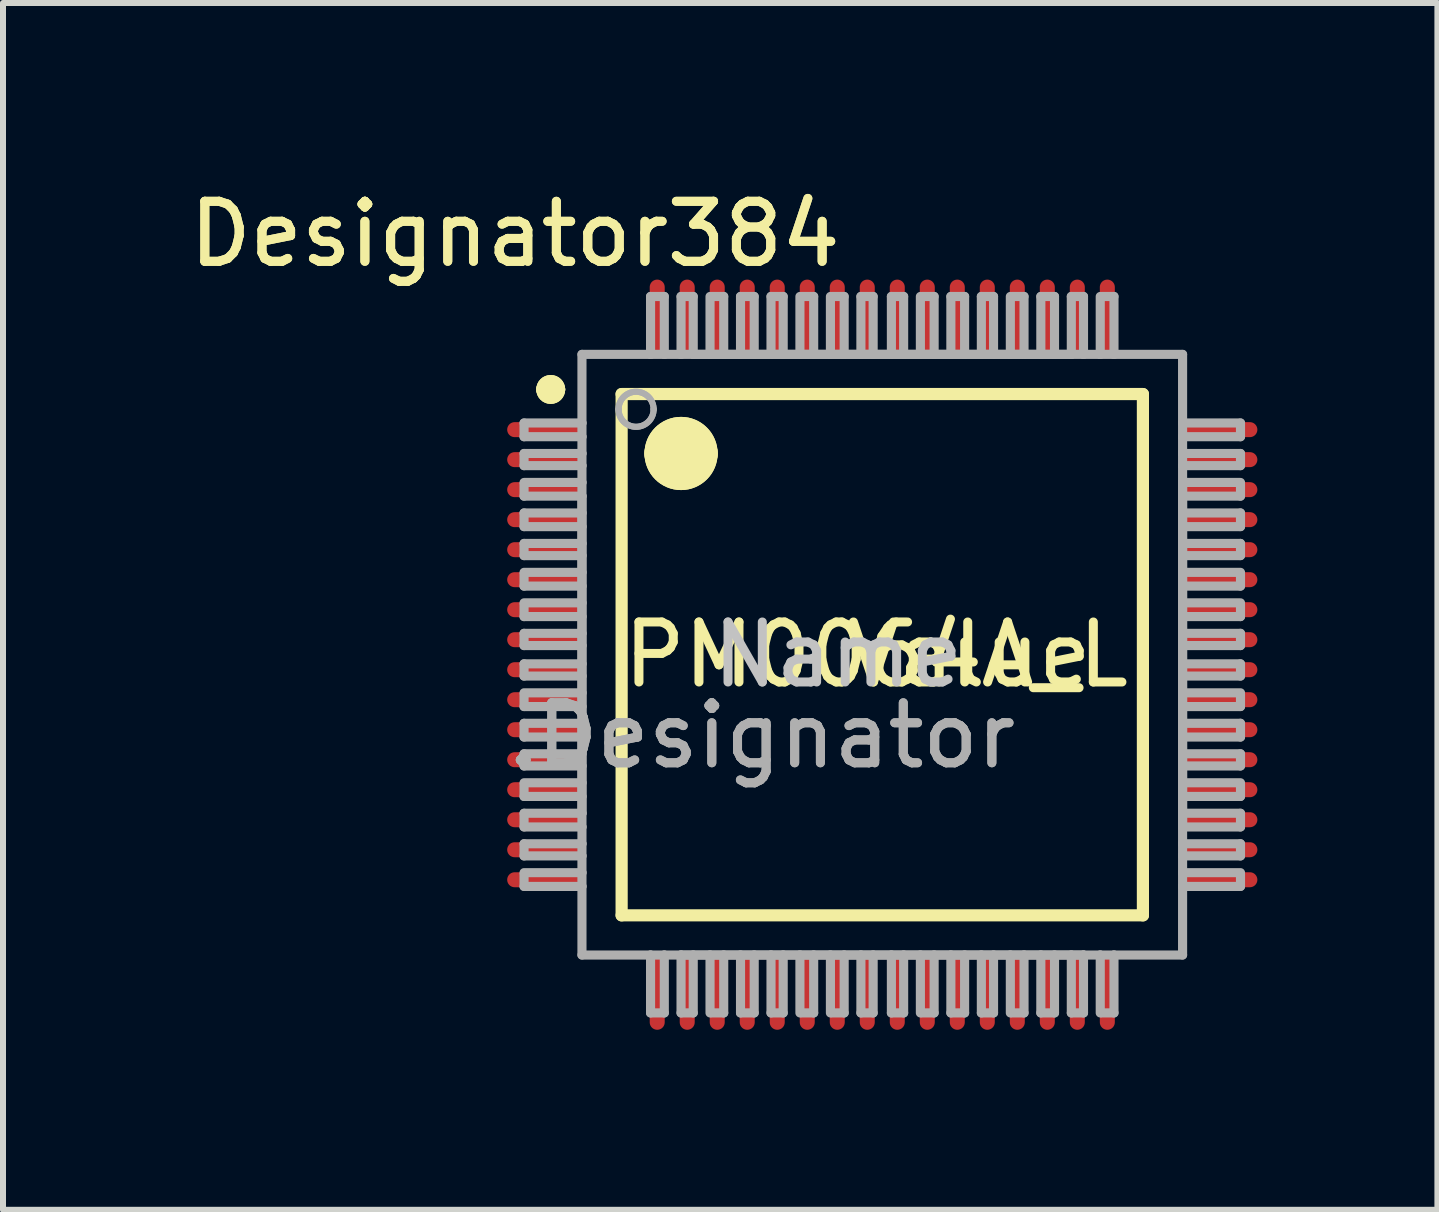
<source format=kicad_pcb>
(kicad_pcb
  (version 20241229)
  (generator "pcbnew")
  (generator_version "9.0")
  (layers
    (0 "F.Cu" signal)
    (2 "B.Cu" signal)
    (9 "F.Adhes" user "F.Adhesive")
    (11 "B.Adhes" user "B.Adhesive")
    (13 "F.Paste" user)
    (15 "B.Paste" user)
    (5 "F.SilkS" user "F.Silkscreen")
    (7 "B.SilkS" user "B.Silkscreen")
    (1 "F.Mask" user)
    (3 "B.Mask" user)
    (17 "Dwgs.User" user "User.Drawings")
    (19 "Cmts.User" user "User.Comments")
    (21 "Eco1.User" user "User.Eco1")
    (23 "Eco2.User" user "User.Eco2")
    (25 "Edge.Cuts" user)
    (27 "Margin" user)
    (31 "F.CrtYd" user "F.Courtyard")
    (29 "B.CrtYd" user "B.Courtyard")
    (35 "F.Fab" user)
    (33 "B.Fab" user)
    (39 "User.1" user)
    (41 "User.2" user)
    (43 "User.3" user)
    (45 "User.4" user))
  (footprint "PM0064A_L"
    (layer "F.Cu")
    (at 11.651 7.859)
    (property "Reference" "PM0064A_L" (at -0.102 0 0) (layer "F.SilkS") (effects (font (size 1 1) (thickness 0.15))))
    (attr smd)
    (fp_line (start -4.343 -4.343) (end 4.343 -4.343) (stroke (width 0.203) (type solid)) (layer "F.SilkS"))
    (fp_line (start -4.343 4.343) (end -4.343 -4.343) (stroke (width 0.203) (type solid)) (layer "F.SilkS"))
    (fp_line (start -4.343 4.343) (end 4.343 4.343) (stroke (width 0.203) (type solid)) (layer "F.SilkS"))
    (fp_line (start 4.343 4.343) (end 4.343 -4.343) (stroke (width 0.203) (type solid)) (layer "F.SilkS"))
    (fp_arc (start -5.6388 -4.4196) (mid -5.5245 -4.5339) (end -5.4102 -4.4196) (stroke (width 0.254) (type solid)) (layer "F.SilkS"))
    (fp_arc (start -5.6388 -4.4196) (mid -5.5245 -4.5339) (end -5.4102 -4.4196) (stroke (width 0.254) (type solid)) (layer "F.SilkS"))
    (fp_arc (start -5.4102 -4.4196) (mid -5.5245 -4.3053) (end -5.6388 -4.4196) (stroke (width 0.254) (type solid)) (layer "F.SilkS"))
    (fp_arc (start -5.4102 -4.4196) (mid -5.5245 -4.3053) (end -5.6388 -4.4196) (stroke (width 0.254) (type solid)) (layer "F.SilkS"))
    (fp_arc (start -3.6576 -3.3528) (mid -3.3528 -3.6576) (end -3.048 -3.3528) (stroke (width 0.6096) (type solid)) (layer "F.SilkS"))
    (fp_arc (start -3.6576 -3.3528) (mid -3.3528 -3.6576) (end -3.048 -3.3528) (stroke (width 0.6096) (type solid)) (layer "F.SilkS"))
    (fp_arc (start -3.048 -3.3528) (mid -3.3528 -3.048) (end -3.6576 -3.3528) (stroke (width 0.6096) (type solid)) (layer "F.SilkS"))
    (fp_arc (start -3.048 -3.3528) (mid -3.3528 -3.048) (end -3.6576 -3.3528) (stroke (width 0.6096) (type solid)) (layer "F.SilkS"))
    (fp_line (start -5.969 -3.861) (end -5.004 -3.861) (stroke (width 0.152) (type solid)) (layer "F.Fab"))
    (fp_line (start -5.969 -3.632) (end -5.969 -3.861) (stroke (width 0.152) (type solid)) (layer "F.Fab"))
    (fp_line (start -5.969 -3.632) (end -5.004 -3.632) (stroke (width 0.152) (type solid)) (layer "F.Fab"))
    (fp_line (start -5.969 -3.353) (end -5.004 -3.353) (stroke (width 0.152) (type solid)) (layer "F.Fab"))
    (fp_line (start -5.969 -3.15) (end -5.969 -3.353) (stroke (width 0.152) (type solid)) (layer "F.Fab"))
    (fp_line (start -5.969 -3.15) (end -5.004 -3.15) (stroke (width 0.152) (type solid)) (layer "F.Fab"))
    (fp_line (start -5.969 -2.87) (end -5.004 -2.87) (stroke (width 0.152) (type solid)) (layer "F.Fab"))
    (fp_line (start -5.969 -2.642) (end -5.969 -2.845) (stroke (width 0.152) (type solid)) (layer "F.Fab"))
    (fp_line (start -5.969 -2.642) (end -5.004 -2.642) (stroke (width 0.152) (type solid)) (layer "F.Fab"))
    (fp_line (start -5.969 -2.362) (end -5.004 -2.362) (stroke (width 0.152) (type solid)) (layer "F.Fab"))
    (fp_line (start -5.969 -2.134) (end -5.969 -2.362) (stroke (width 0.152) (type solid)) (layer "F.Fab"))
    (fp_line (start -5.969 -2.134) (end -5.004 -2.134) (stroke (width 0.152) (type solid)) (layer "F.Fab"))
    (fp_line (start -5.969 -1.854) (end -5.004 -1.854) (stroke (width 0.152) (type solid)) (layer "F.Fab"))
    (fp_line (start -5.969 -1.651) (end -5.969 -1.854) (stroke (width 0.152) (type solid)) (layer "F.Fab"))
    (fp_line (start -5.969 -1.651) (end -5.004 -1.651) (stroke (width 0.152) (type solid)) (layer "F.Fab"))
    (fp_line (start -5.969 -1.372) (end -5.004 -1.372) (stroke (width 0.152) (type solid)) (layer "F.Fab"))
    (fp_line (start -5.969 -1.143) (end -5.969 -1.346) (stroke (width 0.152) (type solid)) (layer "F.Fab"))
    (fp_line (start -5.969 -1.143) (end -5.004 -1.143) (stroke (width 0.152) (type solid)) (layer "F.Fab"))
    (fp_line (start -5.969 -0.864) (end -5.004 -0.864) (stroke (width 0.152) (type solid)) (layer "F.Fab"))
    (fp_line (start -5.969 -0.635) (end -5.969 -0.838) (stroke (width 0.152) (type solid)) (layer "F.Fab"))
    (fp_line (start -5.969 -0.635) (end -5.004 -0.635) (stroke (width 0.152) (type solid)) (layer "F.Fab"))
    (fp_line (start -5.969 -0.356) (end -5.004 -0.356) (stroke (width 0.152) (type solid)) (layer "F.Fab"))
    (fp_line (start -5.969 -0.152) (end -5.969 -0.356) (stroke (width 0.152) (type solid)) (layer "F.Fab"))
    (fp_line (start -5.969 -0.152) (end -5.004 -0.152) (stroke (width 0.152) (type solid)) (layer "F.Fab"))
    (fp_line (start -5.969 0.152) (end -5.004 0.152) (stroke (width 0.152) (type solid)) (layer "F.Fab"))
    (fp_line (start -5.969 0.356) (end -5.969 0.152) (stroke (width 0.152) (type solid)) (layer "F.Fab"))
    (fp_line (start -5.969 0.356) (end -5.004 0.356) (stroke (width 0.152) (type solid)) (layer "F.Fab"))
    (fp_line (start -5.969 0.635) (end -5.004 0.635) (stroke (width 0.152) (type solid)) (layer "F.Fab"))
    (fp_line (start -5.969 0.864) (end -5.969 0.66) (stroke (width 0.152) (type solid)) (layer "F.Fab"))
    (fp_line (start -5.969 0.864) (end -5.004 0.864) (stroke (width 0.152) (type solid)) (layer "F.Fab"))
    (fp_line (start -5.969 1.143) (end -5.004 1.143) (stroke (width 0.152) (type solid)) (layer "F.Fab"))
    (fp_line (start -5.969 1.372) (end -5.969 1.143) (stroke (width 0.152) (type solid)) (layer "F.Fab"))
    (fp_line (start -5.969 1.372) (end -5.004 1.372) (stroke (width 0.152) (type solid)) (layer "F.Fab"))
    (fp_line (start -5.969 1.651) (end -5.004 1.651) (stroke (width 0.152) (type solid)) (layer "F.Fab"))
    (fp_line (start -5.969 1.854) (end -5.969 1.651) (stroke (width 0.152) (type solid)) (layer "F.Fab"))
    (fp_line (start -5.969 1.854) (end -5.004 1.854) (stroke (width 0.152) (type solid)) (layer "F.Fab"))
    (fp_line (start -5.969 2.134) (end -5.004 2.134) (stroke (width 0.152) (type solid)) (layer "F.Fab"))
    (fp_line (start -5.969 2.362) (end -5.969 2.159) (stroke (width 0.152) (type solid)) (layer "F.Fab"))
    (fp_line (start -5.969 2.362) (end -5.004 2.362) (stroke (width 0.152) (type solid)) (layer "F.Fab"))
    (fp_line (start -5.969 2.642) (end -5.004 2.642) (stroke (width 0.152) (type solid)) (layer "F.Fab"))
    (fp_line (start -5.969 2.87) (end -5.969 2.642) (stroke (width 0.152) (type solid)) (layer "F.Fab"))
    (fp_line (start -5.969 2.87) (end -5.004 2.87) (stroke (width 0.152) (type solid)) (layer "F.Fab"))
    (fp_line (start -5.969 3.15) (end -5.004 3.15) (stroke (width 0.152) (type solid)) (layer "F.Fab"))
    (fp_line (start -5.969 3.353) (end -5.969 3.15) (stroke (width 0.152) (type solid)) (layer "F.Fab"))
    (fp_line (start -5.969 3.353) (end -5.004 3.353) (stroke (width 0.152) (type solid)) (layer "F.Fab"))
    (fp_line (start -5.969 3.632) (end -5.004 3.632) (stroke (width 0.152) (type solid)) (layer "F.Fab"))
    (fp_line (start -5.969 3.861) (end -5.969 3.658) (stroke (width 0.152) (type solid)) (layer "F.Fab"))
    (fp_line (start -5.969 3.861) (end -5.004 3.861) (stroke (width 0.152) (type solid)) (layer "F.Fab"))
    (fp_line (start -5.004 -5.004) (end -3.861 -5.004) (stroke (width 0.152) (type solid)) (layer "F.Fab"))
    (fp_line (start -5.004 -3.861) (end -5.004 -5.004) (stroke (width 0.152) (type solid)) (layer "F.Fab"))
    (fp_line (start -5.004 -3.632) (end -5.004 -3.861) (stroke (width 0.152) (type solid)) (layer "F.Fab"))
    (fp_line (start -5.004 -3.353) (end -5.004 -3.632) (stroke (width 0.152) (type solid)) (layer "F.Fab"))
    (fp_line (start -5.004 -3.15) (end -5.004 -3.353) (stroke (width 0.152) (type solid)) (layer "F.Fab"))
    (fp_line (start -5.004 -2.87) (end -5.004 -3.15) (stroke (width 0.152) (type solid)) (layer "F.Fab"))
    (fp_line (start -5.004 -2.642) (end -5.004 -2.87) (stroke (width 0.152) (type solid)) (layer "F.Fab"))
    (fp_line (start -5.004 -2.362) (end -5.004 -2.642) (stroke (width 0.152) (type solid)) (layer "F.Fab"))
    (fp_line (start -5.004 -2.134) (end -5.004 -2.362) (stroke (width 0.152) (type solid)) (layer "F.Fab"))
    (fp_line (start -5.004 -1.854) (end -5.004 -2.134) (stroke (width 0.152) (type solid)) (layer "F.Fab"))
    (fp_line (start -5.004 -1.651) (end -5.004 -1.854) (stroke (width 0.152) (type solid)) (layer "F.Fab"))
    (fp_line (start -5.004 -1.372) (end -5.004 -1.651) (stroke (width 0.152) (type solid)) (layer "F.Fab"))
    (fp_line (start -5.004 -1.143) (end -5.004 -1.372) (stroke (width 0.152) (type solid)) (layer "F.Fab"))
    (fp_line (start -5.004 -0.864) (end -5.004 -1.143) (stroke (width 0.152) (type solid)) (layer "F.Fab"))
    (fp_line (start -5.004 -0.635) (end -5.004 -0.864) (stroke (width 0.152) (type solid)) (layer "F.Fab"))
    (fp_line (start -5.004 -0.356) (end -5.004 -0.635) (stroke (width 0.152) (type solid)) (layer "F.Fab"))
    (fp_line (start -5.004 -0.152) (end -5.004 -0.356) (stroke (width 0.152) (type solid)) (layer "F.Fab"))
    (fp_line (start -5.004 0.152) (end -5.004 -0.152) (stroke (width 0.152) (type solid)) (layer "F.Fab"))
    (fp_line (start -5.004 0.356) (end -5.004 0.152) (stroke (width 0.152) (type solid)) (layer "F.Fab"))
    (fp_line (start -5.004 0.635) (end -5.004 0.356) (stroke (width 0.152) (type solid)) (layer "F.Fab"))
    (fp_line (start -5.004 0.864) (end -5.004 0.635) (stroke (width 0.152) (type solid)) (layer "F.Fab"))
    (fp_line (start -5.004 1.143) (end -5.004 0.864) (stroke (width 0.152) (type solid)) (layer "F.Fab"))
    (fp_line (start -5.004 1.372) (end -5.004 1.143) (stroke (width 0.152) (type solid)) (layer "F.Fab"))
    (fp_line (start -5.004 1.651) (end -5.004 1.372) (stroke (width 0.152) (type solid)) (layer "F.Fab"))
    (fp_line (start -5.004 1.854) (end -5.004 1.651) (stroke (width 0.152) (type solid)) (layer "F.Fab"))
    (fp_line (start -5.004 2.134) (end -5.004 1.854) (stroke (width 0.152) (type solid)) (layer "F.Fab"))
    (fp_line (start -5.004 2.362) (end -5.004 2.134) (stroke (width 0.152) (type solid)) (layer "F.Fab"))
    (fp_line (start -5.004 2.642) (end -5.004 -2.642) (stroke (width 0.152) (type solid)) (layer "F.Fab"))
    (fp_line (start -5.004 2.642) (end -5.004 2.362) (stroke (width 0.152) (type solid)) (layer "F.Fab"))
    (fp_line (start -5.004 2.87) (end -5.004 2.642) (stroke (width 0.152) (type solid)) (layer "F.Fab"))
    (fp_line (start -5.004 3.15) (end -5.004 2.87) (stroke (width 0.152) (type solid)) (layer "F.Fab"))
    (fp_line (start -5.004 3.353) (end -5.004 3.15) (stroke (width 0.152) (type solid)) (layer "F.Fab"))
    (fp_line (start -5.004 3.632) (end -5.004 3.353) (stroke (width 0.152) (type solid)) (layer "F.Fab"))
    (fp_line (start -5.004 3.861) (end -5.004 3.632) (stroke (width 0.152) (type solid)) (layer "F.Fab"))
    (fp_line (start -5.004 5.004) (end -5.004 3.861) (stroke (width 0.152) (type solid)) (layer "F.Fab"))
    (fp_line (start -5.004 5.004) (end -3.861 5.004) (stroke (width 0.152) (type solid)) (layer "F.Fab"))
    (fp_line (start -3.861 -5.969) (end -3.632 -5.969) (stroke (width 0.152) (type solid)) (layer "F.Fab"))
    (fp_line (start -3.861 -5.004) (end -3.861 -5.969) (stroke (width 0.152) (type solid)) (layer "F.Fab"))
    (fp_line (start -3.861 -5.004) (end -3.632 -5.004) (stroke (width 0.152) (type solid)) (layer "F.Fab"))
    (fp_line (start -3.861 5.004) (end -3.632 5.004) (stroke (width 0.152) (type solid)) (layer "F.Fab"))
    (fp_line (start -3.861 5.969) (end -3.861 5.004) (stroke (width 0.152) (type solid)) (layer "F.Fab"))
    (fp_line (start -3.861 5.969) (end -3.632 5.969) (stroke (width 0.152) (type solid)) (layer "F.Fab"))
    (fp_line (start -3.632 -5.004) (end -3.632 -5.969) (stroke (width 0.152) (type solid)) (layer "F.Fab"))
    (fp_line (start -3.632 -5.004) (end -3.353 -5.004) (stroke (width 0.152) (type solid)) (layer "F.Fab"))
    (fp_line (start -3.632 5.004) (end -3.353 5.004) (stroke (width 0.152) (type solid)) (layer "F.Fab"))
    (fp_line (start -3.632 5.969) (end -3.632 5.004) (stroke (width 0.152) (type solid)) (layer "F.Fab"))
    (fp_line (start -3.353 -5.969) (end -3.15 -5.969) (stroke (width 0.152) (type solid)) (layer "F.Fab"))
    (fp_line (start -3.353 -5.004) (end -3.353 -5.969) (stroke (width 0.152) (type solid)) (layer "F.Fab"))
    (fp_line (start -3.353 -5.004) (end -3.15 -5.004) (stroke (width 0.152) (type solid)) (layer "F.Fab"))
    (fp_line (start -3.353 5.004) (end -3.15 5.004) (stroke (width 0.152) (type solid)) (layer "F.Fab"))
    (fp_line (start -3.353 5.004) (end 3.353 5.004) (stroke (width 0.152) (type solid)) (layer "F.Fab"))
    (fp_line (start -3.353 5.969) (end -3.353 5.004) (stroke (width 0.152) (type solid)) (layer "F.Fab"))
    (fp_line (start -3.353 5.969) (end -3.15 5.969) (stroke (width 0.152) (type solid)) (layer "F.Fab"))
    (fp_line (start -3.15 -5.004) (end -3.15 -5.969) (stroke (width 0.152) (type solid)) (layer "F.Fab"))
    (fp_line (start -3.15 -5.004) (end -2.87 -5.004) (stroke (width 0.152) (type solid)) (layer "F.Fab"))
    (fp_line (start -3.15 -5.004) (end 3.15 -5.004) (stroke (width 0.152) (type solid)) (layer "F.Fab"))
    (fp_line (start -3.15 5.004) (end -2.87 5.004) (stroke (width 0.152) (type solid)) (layer "F.Fab"))
    (fp_line (start -3.15 5.969) (end -3.15 5.004) (stroke (width 0.152) (type solid)) (layer "F.Fab"))
    (fp_line (start -2.87 -5.004) (end -2.87 -5.969) (stroke (width 0.152) (type solid)) (layer "F.Fab"))
    (fp_line (start -2.87 -5.004) (end -2.642 -5.004) (stroke (width 0.152) (type solid)) (layer "F.Fab"))
    (fp_line (start -2.87 5.004) (end -2.642 5.004) (stroke (width 0.152) (type solid)) (layer "F.Fab"))
    (fp_line (start -2.87 5.969) (end -2.87 5.004) (stroke (width 0.152) (type solid)) (layer "F.Fab"))
    (fp_line (start -2.845 -5.969) (end -2.642 -5.969) (stroke (width 0.152) (type solid)) (layer "F.Fab"))
    (fp_line (start -2.845 5.969) (end -2.642 5.969) (stroke (width 0.152) (type solid)) (layer "F.Fab"))
    (fp_line (start -2.642 -5.004) (end -2.642 -5.969) (stroke (width 0.152) (type solid)) (layer "F.Fab"))
    (fp_line (start -2.642 -5.004) (end -2.362 -5.004) (stroke (width 0.152) (type solid)) (layer "F.Fab"))
    (fp_line (start -2.642 5.004) (end -2.362 5.004) (stroke (width 0.152) (type solid)) (layer "F.Fab"))
    (fp_line (start -2.642 5.969) (end -2.642 5.004) (stroke (width 0.152) (type solid)) (layer "F.Fab"))
    (fp_line (start -2.362 -5.969) (end -2.134 -5.969) (stroke (width 0.152) (type solid)) (layer "F.Fab"))
    (fp_line (start -2.362 -5.004) (end -2.362 -5.969) (stroke (width 0.152) (type solid)) (layer "F.Fab"))
    (fp_line (start -2.362 -5.004) (end -2.134 -5.004) (stroke (width 0.152) (type solid)) (layer "F.Fab"))
    (fp_line (start -2.362 5.004) (end -2.134 5.004) (stroke (width 0.152) (type solid)) (layer "F.Fab"))
    (fp_line (start -2.362 5.969) (end -2.362 5.004) (stroke (width 0.152) (type solid)) (layer "F.Fab"))
    (fp_line (start -2.362 5.969) (end -2.134 5.969) (stroke (width 0.152) (type solid)) (layer "F.Fab"))
    (fp_line (start -2.134 -5.004) (end -2.134 -5.969) (stroke (width 0.152) (type solid)) (layer "F.Fab"))
    (fp_line (start -2.134 -5.004) (end -1.854 -5.004) (stroke (width 0.152) (type solid)) (layer "F.Fab"))
    (fp_line (start -2.134 5.004) (end -1.854 5.004) (stroke (width 0.152) (type solid)) (layer "F.Fab"))
    (fp_line (start -2.134 5.969) (end -2.134 5.004) (stroke (width 0.152) (type solid)) (layer "F.Fab"))
    (fp_line (start -1.854 -5.969) (end -1.651 -5.969) (stroke (width 0.152) (type solid)) (layer "F.Fab"))
    (fp_line (start -1.854 -5.004) (end -1.854 -5.969) (stroke (width 0.152) (type solid)) (layer "F.Fab"))
    (fp_line (start -1.854 -5.004) (end -1.651 -5.004) (stroke (width 0.152) (type solid)) (layer "F.Fab"))
    (fp_line (start -1.854 5.004) (end -1.651 5.004) (stroke (width 0.152) (type solid)) (layer "F.Fab"))
    (fp_line (start -1.854 5.969) (end -1.854 5.004) (stroke (width 0.152) (type solid)) (layer "F.Fab"))
    (fp_line (start -1.854 5.969) (end -1.651 5.969) (stroke (width 0.152) (type solid)) (layer "F.Fab"))
    (fp_line (start -1.651 -5.004) (end -1.651 -5.969) (stroke (width 0.152) (type solid)) (layer "F.Fab"))
    (fp_line (start -1.651 -5.004) (end -1.372 -5.004) (stroke (width 0.152) (type solid)) (layer "F.Fab"))
    (fp_line (start -1.651 5.004) (end -1.372 5.004) (stroke (width 0.152) (type solid)) (layer "F.Fab"))
    (fp_line (start -1.651 5.969) (end -1.651 5.004) (stroke (width 0.152) (type solid)) (layer "F.Fab"))
    (fp_line (start -1.372 -5.004) (end -1.372 -5.969) (stroke (width 0.152) (type solid)) (layer "F.Fab"))
    (fp_line (start -1.372 -5.004) (end -1.143 -5.004) (stroke (width 0.152) (type solid)) (layer "F.Fab"))
    (fp_line (start -1.372 5.004) (end -1.143 5.004) (stroke (width 0.152) (type solid)) (layer "F.Fab"))
    (fp_line (start -1.372 5.969) (end -1.372 5.004) (stroke (width 0.152) (type solid)) (layer "F.Fab"))
    (fp_line (start -1.346 -5.969) (end -1.143 -5.969) (stroke (width 0.152) (type solid)) (layer "F.Fab"))
    (fp_line (start -1.346 5.969) (end -1.143 5.969) (stroke (width 0.152) (type solid)) (layer "F.Fab"))
    (fp_line (start -1.143 -5.004) (end -1.143 -5.969) (stroke (width 0.152) (type solid)) (layer "F.Fab"))
    (fp_line (start -1.143 -5.004) (end -0.864 -5.004) (stroke (width 0.152) (type solid)) (layer "F.Fab"))
    (fp_line (start -1.143 5.004) (end -0.864 5.004) (stroke (width 0.152) (type solid)) (layer "F.Fab"))
    (fp_line (start -1.143 5.969) (end -1.143 5.004) (stroke (width 0.152) (type solid)) (layer "F.Fab"))
    (fp_line (start -0.864 -5.004) (end -0.864 -5.969) (stroke (width 0.152) (type solid)) (layer "F.Fab"))
    (fp_line (start -0.864 -5.004) (end -0.635 -5.004) (stroke (width 0.152) (type solid)) (layer "F.Fab"))
    (fp_line (start -0.864 5.004) (end -0.635 5.004) (stroke (width 0.152) (type solid)) (layer "F.Fab"))
    (fp_line (start -0.864 5.969) (end -0.864 5.004) (stroke (width 0.152) (type solid)) (layer "F.Fab"))
    (fp_line (start -0.838 -5.969) (end -0.635 -5.969) (stroke (width 0.152) (type solid)) (layer "F.Fab"))
    (fp_line (start -0.838 5.969) (end -0.635 5.969) (stroke (width 0.152) (type solid)) (layer "F.Fab"))
    (fp_line (start -0.635 -5.004) (end -0.635 -5.969) (stroke (width 0.152) (type solid)) (layer "F.Fab"))
    (fp_line (start -0.635 -5.004) (end -0.356 -5.004) (stroke (width 0.152) (type solid)) (layer "F.Fab"))
    (fp_line (start -0.635 5.004) (end -0.356 5.004) (stroke (width 0.152) (type solid)) (layer "F.Fab"))
    (fp_line (start -0.635 5.969) (end -0.635 5.004) (stroke (width 0.152) (type solid)) (layer "F.Fab"))
    (fp_line (start -0.356 -5.969) (end -0.152 -5.969) (stroke (width 0.152) (type solid)) (layer "F.Fab"))
    (fp_line (start -0.356 -5.004) (end -0.356 -5.969) (stroke (width 0.152) (type solid)) (layer "F.Fab"))
    (fp_line (start -0.356 -5.004) (end -0.152 -5.004) (stroke (width 0.152) (type solid)) (layer "F.Fab"))
    (fp_line (start -0.356 5.004) (end -0.152 5.004) (stroke (width 0.152) (type solid)) (layer "F.Fab"))
    (fp_line (start -0.356 5.969) (end -0.356 5.004) (stroke (width 0.152) (type solid)) (layer "F.Fab"))
    (fp_line (start -0.356 5.969) (end -0.152 5.969) (stroke (width 0.152) (type solid)) (layer "F.Fab"))
    (fp_line (start -0.152 -5.004) (end -0.152 -5.969) (stroke (width 0.152) (type solid)) (layer "F.Fab"))
    (fp_line (start -0.152 -5.004) (end 0.152 -5.004) (stroke (width 0.152) (type solid)) (layer "F.Fab"))
    (fp_line (start -0.152 5.004) (end 0.152 5.004) (stroke (width 0.152) (type solid)) (layer "F.Fab"))
    (fp_line (start -0.152 5.969) (end -0.152 5.004) (stroke (width 0.152) (type solid)) (layer "F.Fab"))
    (fp_line (start 0.152 -5.969) (end 0.356 -5.969) (stroke (width 0.152) (type solid)) (layer "F.Fab"))
    (fp_line (start 0.152 -5.004) (end 0.152 -5.969) (stroke (width 0.152) (type solid)) (layer "F.Fab"))
    (fp_line (start 0.152 -5.004) (end 0.356 -5.004) (stroke (width 0.152) (type solid)) (layer "F.Fab"))
    (fp_line (start 0.152 5.004) (end 0.356 5.004) (stroke (width 0.152) (type solid)) (layer "F.Fab"))
    (fp_line (start 0.152 5.969) (end 0.152 5.004) (stroke (width 0.152) (type solid)) (layer "F.Fab"))
    (fp_line (start 0.152 5.969) (end 0.356 5.969) (stroke (width 0.152) (type solid)) (layer "F.Fab"))
    (fp_line (start 0.356 -5.004) (end 0.356 -5.969) (stroke (width 0.152) (type solid)) (layer "F.Fab"))
    (fp_line (start 0.356 -5.004) (end 0.635 -5.004) (stroke (width 0.152) (type solid)) (layer "F.Fab"))
    (fp_line (start 0.356 5.004) (end 0.635 5.004) (stroke (width 0.152) (type solid)) (layer "F.Fab"))
    (fp_line (start 0.356 5.969) (end 0.356 5.004) (stroke (width 0.152) (type solid)) (layer "F.Fab"))
    (fp_line (start 0.635 -5.004) (end 0.635 -5.969) (stroke (width 0.152) (type solid)) (layer "F.Fab"))
    (fp_line (start 0.635 -5.004) (end 0.864 -5.004) (stroke (width 0.152) (type solid)) (layer "F.Fab"))
    (fp_line (start 0.635 5.004) (end 0.864 5.004) (stroke (width 0.152) (type solid)) (layer "F.Fab"))
    (fp_line (start 0.635 5.969) (end 0.635 5.004) (stroke (width 0.152) (type solid)) (layer "F.Fab"))
    (fp_line (start 0.66 -5.969) (end 0.864 -5.969) (stroke (width 0.152) (type solid)) (layer "F.Fab"))
    (fp_line (start 0.66 5.969) (end 0.864 5.969) (stroke (width 0.152) (type solid)) (layer "F.Fab"))
    (fp_line (start 0.864 -5.004) (end 0.864 -5.969) (stroke (width 0.152) (type solid)) (layer "F.Fab"))
    (fp_line (start 0.864 -5.004) (end 1.143 -5.004) (stroke (width 0.152) (type solid)) (layer "F.Fab"))
    (fp_line (start 0.864 5.004) (end 1.143 5.004) (stroke (width 0.152) (type solid)) (layer "F.Fab"))
    (fp_line (start 0.864 5.969) (end 0.864 5.004) (stroke (width 0.152) (type solid)) (layer "F.Fab"))
    (fp_line (start 1.143 -5.969) (end 1.372 -5.969) (stroke (width 0.152) (type solid)) (layer "F.Fab"))
    (fp_line (start 1.143 -5.004) (end 1.143 -5.969) (stroke (width 0.152) (type solid)) (layer "F.Fab"))
    (fp_line (start 1.143 -5.004) (end 1.372 -5.004) (stroke (width 0.152) (type solid)) (layer "F.Fab"))
    (fp_line (start 1.143 5.004) (end 1.372 5.004) (stroke (width 0.152) (type solid)) (layer "F.Fab"))
    (fp_line (start 1.143 5.969) (end 1.143 5.004) (stroke (width 0.152) (type solid)) (layer "F.Fab"))
    (fp_line (start 1.143 5.969) (end 1.372 5.969) (stroke (width 0.152) (type solid)) (layer "F.Fab"))
    (fp_line (start 1.372 -5.004) (end 1.372 -5.969) (stroke (width 0.152) (type solid)) (layer "F.Fab"))
    (fp_line (start 1.372 -5.004) (end 1.651 -5.004) (stroke (width 0.152) (type solid)) (layer "F.Fab"))
    (fp_line (start 1.372 5.004) (end 1.651 5.004) (stroke (width 0.152) (type solid)) (layer "F.Fab"))
    (fp_line (start 1.372 5.969) (end 1.372 5.004) (stroke (width 0.152) (type solid)) (layer "F.Fab"))
    (fp_line (start 1.651 -5.969) (end 1.854 -5.969) (stroke (width 0.152) (type solid)) (layer "F.Fab"))
    (fp_line (start 1.651 -5.004) (end 1.651 -5.969) (stroke (width 0.152) (type solid)) (layer "F.Fab"))
    (fp_line (start 1.651 -5.004) (end 1.854 -5.004) (stroke (width 0.152) (type solid)) (layer "F.Fab"))
    (fp_line (start 1.651 5.004) (end 1.854 5.004) (stroke (width 0.152) (type solid)) (layer "F.Fab"))
    (fp_line (start 1.651 5.969) (end 1.651 5.004) (stroke (width 0.152) (type solid)) (layer "F.Fab"))
    (fp_line (start 1.651 5.969) (end 1.854 5.969) (stroke (width 0.152) (type solid)) (layer "F.Fab"))
    (fp_line (start 1.854 -5.004) (end 1.854 -5.969) (stroke (width 0.152) (type solid)) (layer "F.Fab"))
    (fp_line (start 1.854 -5.004) (end 2.134 -5.004) (stroke (width 0.152) (type solid)) (layer "F.Fab"))
    (fp_line (start 1.854 5.004) (end 2.134 5.004) (stroke (width 0.152) (type solid)) (layer "F.Fab"))
    (fp_line (start 1.854 5.969) (end 1.854 5.004) (stroke (width 0.152) (type solid)) (layer "F.Fab"))
    (fp_line (start 2.134 -5.004) (end 2.134 -5.969) (stroke (width 0.152) (type solid)) (layer "F.Fab"))
    (fp_line (start 2.134 -5.004) (end 2.362 -5.004) (stroke (width 0.152) (type solid)) (layer "F.Fab"))
    (fp_line (start 2.134 5.004) (end 2.362 5.004) (stroke (width 0.152) (type solid)) (layer "F.Fab"))
    (fp_line (start 2.134 5.969) (end 2.134 5.004) (stroke (width 0.152) (type solid)) (layer "F.Fab"))
    (fp_line (start 2.159 -5.969) (end 2.362 -5.969) (stroke (width 0.152) (type solid)) (layer "F.Fab"))
    (fp_line (start 2.159 5.969) (end 2.362 5.969) (stroke (width 0.152) (type solid)) (layer "F.Fab"))
    (fp_line (start 2.362 -5.004) (end 2.362 -5.969) (stroke (width 0.152) (type solid)) (layer "F.Fab"))
    (fp_line (start 2.362 -5.004) (end 2.642 -5.004) (stroke (width 0.152) (type solid)) (layer "F.Fab"))
    (fp_line (start 2.362 5.004) (end 2.642 5.004) (stroke (width 0.152) (type solid)) (layer "F.Fab"))
    (fp_line (start 2.362 5.969) (end 2.362 5.004) (stroke (width 0.152) (type solid)) (layer "F.Fab"))
    (fp_line (start 2.642 -5.969) (end 2.87 -5.969) (stroke (width 0.152) (type solid)) (layer "F.Fab"))
    (fp_line (start 2.642 -5.004) (end 2.642 -5.969) (stroke (width 0.152) (type solid)) (layer "F.Fab"))
    (fp_line (start 2.642 -5.004) (end 2.87 -5.004) (stroke (width 0.152) (type solid)) (layer "F.Fab"))
    (fp_line (start 2.642 5.004) (end 2.87 5.004) (stroke (width 0.152) (type solid)) (layer "F.Fab"))
    (fp_line (start 2.642 5.969) (end 2.642 5.004) (stroke (width 0.152) (type solid)) (layer "F.Fab"))
    (fp_line (start 2.642 5.969) (end 2.87 5.969) (stroke (width 0.152) (type solid)) (layer "F.Fab"))
    (fp_line (start 2.87 -5.004) (end 2.87 -5.969) (stroke (width 0.152) (type solid)) (layer "F.Fab"))
    (fp_line (start 2.87 -5.004) (end 3.15 -5.004) (stroke (width 0.152) (type solid)) (layer "F.Fab"))
    (fp_line (start 2.87 5.004) (end 3.15 5.004) (stroke (width 0.152) (type solid)) (layer "F.Fab"))
    (fp_line (start 2.87 5.969) (end 2.87 5.004) (stroke (width 0.152) (type solid)) (layer "F.Fab"))
    (fp_line (start 3.15 -5.969) (end 3.353 -5.969) (stroke (width 0.152) (type solid)) (layer "F.Fab"))
    (fp_line (start 3.15 -5.004) (end 3.15 -5.969) (stroke (width 0.152) (type solid)) (layer "F.Fab"))
    (fp_line (start 3.15 -5.004) (end 3.353 -5.004) (stroke (width 0.152) (type solid)) (layer "F.Fab"))
    (fp_line (start 3.15 5.004) (end 3.353 5.004) (stroke (width 0.152) (type solid)) (layer "F.Fab"))
    (fp_line (start 3.15 5.969) (end 3.15 5.004) (stroke (width 0.152) (type solid)) (layer "F.Fab"))
    (fp_line (start 3.15 5.969) (end 3.353 5.969) (stroke (width 0.152) (type solid)) (layer "F.Fab"))
    (fp_line (start 3.353 -5.004) (end 3.353 -5.969) (stroke (width 0.152) (type solid)) (layer "F.Fab"))
    (fp_line (start 3.353 -5.004) (end 3.632 -5.004) (stroke (width 0.152) (type solid)) (layer "F.Fab"))
    (fp_line (start 3.353 5.004) (end 3.632 5.004) (stroke (width 0.152) (type solid)) (layer "F.Fab"))
    (fp_line (start 3.353 5.969) (end 3.353 5.004) (stroke (width 0.152) (type solid)) (layer "F.Fab"))
    (fp_line (start 3.632 -5.004) (end 3.632 -5.969) (stroke (width 0.152) (type solid)) (layer "F.Fab"))
    (fp_line (start 3.632 -5.004) (end 3.861 -5.004) (stroke (width 0.152) (type solid)) (layer "F.Fab"))
    (fp_line (start 3.632 5.004) (end 3.861 5.004) (stroke (width 0.152) (type solid)) (layer "F.Fab"))
    (fp_line (start 3.632 5.969) (end 3.632 5.004) (stroke (width 0.152) (type solid)) (layer "F.Fab"))
    (fp_line (start 3.658 -5.969) (end 3.861 -5.969) (stroke (width 0.152) (type solid)) (layer "F.Fab"))
    (fp_line (start 3.658 5.969) (end 3.861 5.969) (stroke (width 0.152) (type solid)) (layer "F.Fab"))
    (fp_line (start 3.861 -5.004) (end 3.861 -5.969) (stroke (width 0.152) (type solid)) (layer "F.Fab"))
    (fp_line (start 3.861 -5.004) (end 5.004 -5.004) (stroke (width 0.152) (type solid)) (layer "F.Fab"))
    (fp_line (start 3.861 5.004) (end 5.004 5.004) (stroke (width 0.152) (type solid)) (layer "F.Fab"))
    (fp_line (start 3.861 5.969) (end 3.861 5.004) (stroke (width 0.152) (type solid)) (layer "F.Fab"))
    (fp_line (start 5.004 -3.861) (end 5.004 -5.004) (stroke (width 0.152) (type solid)) (layer "F.Fab"))
    (fp_line (start 5.004 -3.861) (end 5.969 -3.861) (stroke (width 0.152) (type solid)) (layer "F.Fab"))
    (fp_line (start 5.004 -3.632) (end 5.004 -3.861) (stroke (width 0.152) (type solid)) (layer "F.Fab"))
    (fp_line (start 5.004 -3.632) (end 5.969 -3.632) (stroke (width 0.152) (type solid)) (layer "F.Fab"))
    (fp_line (start 5.004 -3.353) (end 5.004 -3.632) (stroke (width 0.152) (type solid)) (layer "F.Fab"))
    (fp_line (start 5.004 -3.353) (end 5.969 -3.353) (stroke (width 0.152) (type solid)) (layer "F.Fab"))
    (fp_line (start 5.004 -3.15) (end 5.004 -3.353) (stroke (width 0.152) (type solid)) (layer "F.Fab"))
    (fp_line (start 5.004 -3.15) (end 5.969 -3.15) (stroke (width 0.152) (type solid)) (layer "F.Fab"))
    (fp_line (start 5.004 -2.87) (end 5.004 -3.15) (stroke (width 0.152) (type solid)) (layer "F.Fab"))
    (fp_line (start 5.004 -2.87) (end 5.969 -2.87) (stroke (width 0.152) (type solid)) (layer "F.Fab"))
    (fp_line (start 5.004 -2.642) (end 5.004 -2.87) (stroke (width 0.152) (type solid)) (layer "F.Fab"))
    (fp_line (start 5.004 -2.642) (end 5.969 -2.642) (stroke (width 0.152) (type solid)) (layer "F.Fab"))
    (fp_line (start 5.004 -2.362) (end 5.004 -2.642) (stroke (width 0.152) (type solid)) (layer "F.Fab"))
    (fp_line (start 5.004 -2.362) (end 5.969 -2.362) (stroke (width 0.152) (type solid)) (layer "F.Fab"))
    (fp_line (start 5.004 -2.134) (end 5.004 -2.362) (stroke (width 0.152) (type solid)) (layer "F.Fab"))
    (fp_line (start 5.004 -2.134) (end 5.969 -2.134) (stroke (width 0.152) (type solid)) (layer "F.Fab"))
    (fp_line (start 5.004 -1.854) (end 5.004 -2.134) (stroke (width 0.152) (type solid)) (layer "F.Fab"))
    (fp_line (start 5.004 -1.854) (end 5.969 -1.854) (stroke (width 0.152) (type solid)) (layer "F.Fab"))
    (fp_line (start 5.004 -1.651) (end 5.004 -1.854) (stroke (width 0.152) (type solid)) (layer "F.Fab"))
    (fp_line (start 5.004 -1.651) (end 5.969 -1.651) (stroke (width 0.152) (type solid)) (layer "F.Fab"))
    (fp_line (start 5.004 -1.372) (end 5.004 -1.651) (stroke (width 0.152) (type solid)) (layer "F.Fab"))
    (fp_line (start 5.004 -1.372) (end 5.969 -1.372) (stroke (width 0.152) (type solid)) (layer "F.Fab"))
    (fp_line (start 5.004 -1.143) (end 5.004 -1.372) (stroke (width 0.152) (type solid)) (layer "F.Fab"))
    (fp_line (start 5.004 -1.143) (end 5.969 -1.143) (stroke (width 0.152) (type solid)) (layer "F.Fab"))
    (fp_line (start 5.004 -0.864) (end 5.004 -1.143) (stroke (width 0.152) (type solid)) (layer "F.Fab"))
    (fp_line (start 5.004 -0.864) (end 5.969 -0.864) (stroke (width 0.152) (type solid)) (layer "F.Fab"))
    (fp_line (start 5.004 -0.635) (end 5.004 -0.864) (stroke (width 0.152) (type solid)) (layer "F.Fab"))
    (fp_line (start 5.004 -0.635) (end 5.969 -0.635) (stroke (width 0.152) (type solid)) (layer "F.Fab"))
    (fp_line (start 5.004 -0.356) (end 5.004 -0.635) (stroke (width 0.152) (type solid)) (layer "F.Fab"))
    (fp_line (start 5.004 -0.356) (end 5.969 -0.356) (stroke (width 0.152) (type solid)) (layer "F.Fab"))
    (fp_line (start 5.004 -0.152) (end 5.004 -0.356) (stroke (width 0.152) (type solid)) (layer "F.Fab"))
    (fp_line (start 5.004 -0.152) (end 5.969 -0.152) (stroke (width 0.152) (type solid)) (layer "F.Fab"))
    (fp_line (start 5.004 0.152) (end 5.004 -0.152) (stroke (width 0.152) (type solid)) (layer "F.Fab"))
    (fp_line (start 5.004 0.152) (end 5.969 0.152) (stroke (width 0.152) (type solid)) (layer "F.Fab"))
    (fp_line (start 5.004 0.356) (end 5.004 0.152) (stroke (width 0.152) (type solid)) (layer "F.Fab"))
    (fp_line (start 5.004 0.356) (end 5.969 0.356) (stroke (width 0.152) (type solid)) (layer "F.Fab"))
    (fp_line (start 5.004 0.635) (end 5.004 0.356) (stroke (width 0.152) (type solid)) (layer "F.Fab"))
    (fp_line (start 5.004 0.635) (end 5.969 0.635) (stroke (width 0.152) (type solid)) (layer "F.Fab"))
    (fp_line (start 5.004 0.864) (end 5.004 0.635) (stroke (width 0.152) (type solid)) (layer "F.Fab"))
    (fp_line (start 5.004 0.864) (end 5.969 0.864) (stroke (width 0.152) (type solid)) (layer "F.Fab"))
    (fp_line (start 5.004 1.143) (end 5.004 0.864) (stroke (width 0.152) (type solid)) (layer "F.Fab"))
    (fp_line (start 5.004 1.143) (end 5.969 1.143) (stroke (width 0.152) (type solid)) (layer "F.Fab"))
    (fp_line (start 5.004 1.372) (end 5.004 1.143) (stroke (width 0.152) (type solid)) (layer "F.Fab"))
    (fp_line (start 5.004 1.372) (end 5.969 1.372) (stroke (width 0.152) (type solid)) (layer "F.Fab"))
    (fp_line (start 5.004 1.651) (end 5.004 1.372) (stroke (width 0.152) (type solid)) (layer "F.Fab"))
    (fp_line (start 5.004 1.651) (end 5.969 1.651) (stroke (width 0.152) (type solid)) (layer "F.Fab"))
    (fp_line (start 5.004 1.854) (end 5.004 1.651) (stroke (width 0.152) (type solid)) (layer "F.Fab"))
    (fp_line (start 5.004 1.854) (end 5.969 1.854) (stroke (width 0.152) (type solid)) (layer "F.Fab"))
    (fp_line (start 5.004 2.134) (end 5.004 1.854) (stroke (width 0.152) (type solid)) (layer "F.Fab"))
    (fp_line (start 5.004 2.134) (end 5.969 2.134) (stroke (width 0.152) (type solid)) (layer "F.Fab"))
    (fp_line (start 5.004 2.362) (end 5.004 2.134) (stroke (width 0.152) (type solid)) (layer "F.Fab"))
    (fp_line (start 5.004 2.362) (end 5.969 2.362) (stroke (width 0.152) (type solid)) (layer "F.Fab"))
    (fp_line (start 5.004 2.642) (end 5.004 2.362) (stroke (width 0.152) (type solid)) (layer "F.Fab"))
    (fp_line (start 5.004 2.642) (end 5.969 2.642) (stroke (width 0.152) (type solid)) (layer "F.Fab"))
    (fp_line (start 5.004 2.87) (end 5.004 -2.87) (stroke (width 0.152) (type solid)) (layer "F.Fab"))
    (fp_line (start 5.004 2.87) (end 5.004 2.642) (stroke (width 0.152) (type solid)) (layer "F.Fab"))
    (fp_line (start 5.004 2.87) (end 5.969 2.87) (stroke (width 0.152) (type solid)) (layer "F.Fab"))
    (fp_line (start 5.004 3.15) (end 5.004 2.87) (stroke (width 0.152) (type solid)) (layer "F.Fab"))
    (fp_line (start 5.004 3.15) (end 5.969 3.15) (stroke (width 0.152) (type solid)) (layer "F.Fab"))
    (fp_line (start 5.004 3.353) (end 5.004 3.15) (stroke (width 0.152) (type solid)) (layer "F.Fab"))
    (fp_line (start 5.004 3.353) (end 5.969 3.353) (stroke (width 0.152) (type solid)) (layer "F.Fab"))
    (fp_line (start 5.004 3.632) (end 5.004 3.353) (stroke (width 0.152) (type solid)) (layer "F.Fab"))
    (fp_line (start 5.004 3.632) (end 5.969 3.632) (stroke (width 0.152) (type solid)) (layer "F.Fab"))
    (fp_line (start 5.004 3.861) (end 5.004 3.632) (stroke (width 0.152) (type solid)) (layer "F.Fab"))
    (fp_line (start 5.004 3.861) (end 5.969 3.861) (stroke (width 0.152) (type solid)) (layer "F.Fab"))
    (fp_line (start 5.004 5.004) (end 5.004 3.861) (stroke (width 0.152) (type solid)) (layer "F.Fab"))
    (fp_line (start 5.969 -3.632) (end 5.969 -3.861) (stroke (width 0.152) (type solid)) (layer "F.Fab"))
    (fp_line (start 5.969 -3.15) (end 5.969 -3.353) (stroke (width 0.152) (type solid)) (layer "F.Fab"))
    (fp_line (start 5.969 -2.642) (end 5.969 -2.845) (stroke (width 0.152) (type solid)) (layer "F.Fab"))
    (fp_line (start 5.969 -2.134) (end 5.969 -2.362) (stroke (width 0.152) (type solid)) (layer "F.Fab"))
    (fp_line (start 5.969 -1.651) (end 5.969 -1.854) (stroke (width 0.152) (type solid)) (layer "F.Fab"))
    (fp_line (start 5.969 -1.143) (end 5.969 -1.346) (stroke (width 0.152) (type solid)) (layer "F.Fab"))
    (fp_line (start 5.969 -0.635) (end 5.969 -0.838) (stroke (width 0.152) (type solid)) (layer "F.Fab"))
    (fp_line (start 5.969 -0.152) (end 5.969 -0.356) (stroke (width 0.152) (type solid)) (layer "F.Fab"))
    (fp_line (start 5.969 0.356) (end 5.969 0.152) (stroke (width 0.152) (type solid)) (layer "F.Fab"))
    (fp_line (start 5.969 0.864) (end 5.969 0.66) (stroke (width 0.152) (type solid)) (layer "F.Fab"))
    (fp_line (start 5.969 1.372) (end 5.969 1.143) (stroke (width 0.152) (type solid)) (layer "F.Fab"))
    (fp_line (start 5.969 1.854) (end 5.969 1.651) (stroke (width 0.152) (type solid)) (layer "F.Fab"))
    (fp_line (start 5.969 2.362) (end 5.969 2.159) (stroke (width 0.152) (type solid)) (layer "F.Fab"))
    (fp_line (start 5.969 2.87) (end 5.969 2.642) (stroke (width 0.152) (type solid)) (layer "F.Fab"))
    (fp_line (start 5.969 3.353) (end 5.969 3.15) (stroke (width 0.152) (type solid)) (layer "F.Fab"))
    (fp_line (start 5.969 3.861) (end 5.969 3.658) (stroke (width 0.152) (type solid)) (layer "F.Fab"))
    (fp_arc (start -4.3942 -4.0894) (mid -4.1021 -4.3815) (end -3.81 -4.0894) (stroke (width 0.1016) (type solid)) (layer "F.Fab"))
    (fp_arc (start -4.3942 -4.0894) (mid -4.1021 -4.3815) (end -3.81 -4.0894) (stroke (width 0.1016) (type solid)) (layer "F.Fab"))
    (fp_arc (start -3.81 -4.0894) (mid -4.1021 -3.7973) (end -4.3942 -4.0894) (stroke (width 0.1016) (type solid)) (layer "F.Fab"))
    (fp_arc (start -3.81 -4.0894) (mid -4.1021 -3.7973) (end -4.3942 -4.0894) (stroke (width 0.1016) (type solid)) (layer "F.Fab"))
    (fp_text user "Designator384" (at -6.121 -7.01 0) (layer "F.SilkS") (effects (font (size 1 1) (thickness 0.15))))
    (fp_text user "Value" (at 1.448 0 0) (layer "F.SilkS") (effects (font (size 1 1) (thickness 0.15))))
    (fp_text user "Designator384" (at -6.121 -7.01 0) (layer "F.SilkS") (effects (font (size 1 1) (thickness 0.15))))
    (fp_text user "Name" (at -0.737 0 0) (layer "Dwgs.User") (effects (font (size 1 1) (thickness 0.15))))
    (fp_text user ".Designator" (at -2.007 1.346 0) (layer "F.Fab") (effects (font (size 1 1) (thickness 0.15))))
    (fp_text user ".Designator" (at -2.007 1.346 0) (layer "F.Fab") (effects (font (size 1 1) (thickness 0.15))))
    (pad "1" smd oval (at -5.625 -3.75 180) (size 1.25 0.25) (layers "F.Cu" "F.Mask" "F.Paste"))
    (pad "2" smd oval (at -5.625 -3.25 180) (size 1.25 0.25) (layers "F.Cu" "F.Mask" "F.Paste"))
    (pad "3" smd oval (at -5.625 -2.75 180) (size 1.25 0.25) (layers "F.Cu" "F.Mask" "F.Paste"))
    (pad "4" smd oval (at -5.625 -2.25 180) (size 1.25 0.25) (layers "F.Cu" "F.Mask" "F.Paste"))
    (pad "5" smd oval (at -5.625 -1.75 180) (size 1.25 0.25) (layers "F.Cu" "F.Mask" "F.Paste"))
    (pad "6" smd oval (at -5.625 -1.25 180) (size 1.25 0.25) (layers "F.Cu" "F.Mask" "F.Paste"))
    (pad "7" smd oval (at -5.625 -0.75 180) (size 1.25 0.25) (layers "F.Cu" "F.Mask" "F.Paste"))
    (pad "8" smd oval (at -5.625 -0.25 180) (size 1.25 0.25) (layers "F.Cu" "F.Mask" "F.Paste"))
    (pad "9" smd oval (at -5.625 0.25 180) (size 1.25 0.25) (layers "F.Cu" "F.Mask" "F.Paste"))
    (pad "10" smd oval (at -5.625 0.75 180) (size 1.25 0.25) (layers "F.Cu" "F.Mask" "F.Paste"))
    (pad "11" smd oval (at -5.625 1.25 180) (size 1.25 0.25) (layers "F.Cu" "F.Mask" "F.Paste"))
    (pad "12" smd oval (at -5.625 1.75 180) (size 1.25 0.25) (layers "F.Cu" "F.Mask" "F.Paste"))
    (pad "13" smd oval (at -5.625 2.25 180) (size 1.25 0.25) (layers "F.Cu" "F.Mask" "F.Paste"))
    (pad "14" smd oval (at -5.625 2.75 180) (size 1.25 0.25) (layers "F.Cu" "F.Mask" "F.Paste"))
    (pad "15" smd oval (at -5.625 3.25 180) (size 1.25 0.25) (layers "F.Cu" "F.Mask" "F.Paste"))
    (pad "16" smd oval (at -5.625 3.75 180) (size 1.25 0.25) (layers "F.Cu" "F.Mask" "F.Paste"))
    (pad "17" smd oval (at -3.75 5.625 90) (size 1.25 0.25) (layers "F.Cu" "F.Mask" "F.Paste"))
    (pad "18" smd oval (at -3.25 5.625 90) (size 1.25 0.25) (layers "F.Cu" "F.Mask" "F.Paste"))
    (pad "19" smd oval (at -2.75 5.625 90) (size 1.25 0.25) (layers "F.Cu" "F.Mask" "F.Paste"))
    (pad "20" smd oval (at -2.25 5.625 90) (size 1.25 0.25) (layers "F.Cu" "F.Mask" "F.Paste"))
    (pad "21" smd oval (at -1.75 5.625 90) (size 1.25 0.25) (layers "F.Cu" "F.Mask" "F.Paste"))
    (pad "22" smd oval (at -1.25 5.625 90) (size 1.25 0.25) (layers "F.Cu" "F.Mask" "F.Paste"))
    (pad "23" smd oval (at -0.75 5.625 90) (size 1.25 0.25) (layers "F.Cu" "F.Mask" "F.Paste"))
    (pad "24" smd oval (at -0.25 5.625 90) (size 1.25 0.25) (layers "F.Cu" "F.Mask" "F.Paste"))
    (pad "25" smd oval (at 0.25 5.625 90) (size 1.25 0.25) (layers "F.Cu" "F.Mask" "F.Paste"))
    (pad "26" smd oval (at 0.75 5.625 90) (size 1.25 0.25) (layers "F.Cu" "F.Mask" "F.Paste"))
    (pad "27" smd oval (at 1.25 5.625 90) (size 1.25 0.25) (layers "F.Cu" "F.Mask" "F.Paste"))
    (pad "28" smd oval (at 1.75 5.625 90) (size 1.25 0.25) (layers "F.Cu" "F.Mask" "F.Paste"))
    (pad "29" smd oval (at 2.25 5.625 90) (size 1.25 0.25) (layers "F.Cu" "F.Mask" "F.Paste"))
    (pad "30" smd oval (at 2.75 5.625 90) (size 1.25 0.25) (layers "F.Cu" "F.Mask" "F.Paste"))
    (pad "31" smd oval (at 3.25 5.625 90) (size 1.25 0.25) (layers "F.Cu" "F.Mask" "F.Paste"))
    (pad "32" smd oval (at 3.75 5.625 90) (size 1.25 0.25) (layers "F.Cu" "F.Mask" "F.Paste"))
    (pad "33" smd oval (at 5.625 3.75 180) (size 1.25 0.25) (layers "F.Cu" "F.Mask" "F.Paste"))
    (pad "34" smd oval (at 5.625 3.25 180) (size 1.25 0.25) (layers "F.Cu" "F.Mask" "F.Paste"))
    (pad "35" smd oval (at 5.625 2.75 180) (size 1.25 0.25) (layers "F.Cu" "F.Mask" "F.Paste"))
    (pad "36" smd oval (at 5.625 2.25 180) (size 1.25 0.25) (layers "F.Cu" "F.Mask" "F.Paste"))
    (pad "37" smd oval (at 5.625 1.75 180) (size 1.25 0.25) (layers "F.Cu" "F.Mask" "F.Paste"))
    (pad "38" smd oval (at 5.625 1.25 180) (size 1.25 0.25) (layers "F.Cu" "F.Mask" "F.Paste"))
    (pad "39" smd oval (at 5.625 0.75 180) (size 1.25 0.25) (layers "F.Cu" "F.Mask" "F.Paste"))
    (pad "40" smd oval (at 5.625 0.25 180) (size 1.25 0.25) (layers "F.Cu" "F.Mask" "F.Paste"))
    (pad "41" smd oval (at 5.625 -0.25 180) (size 1.25 0.25) (layers "F.Cu" "F.Mask" "F.Paste"))
    (pad "42" smd oval (at 5.625 -0.75 180) (size 1.25 0.25) (layers "F.Cu" "F.Mask" "F.Paste"))
    (pad "43" smd oval (at 5.625 -1.25 180) (size 1.25 0.25) (layers "F.Cu" "F.Mask" "F.Paste"))
    (pad "44" smd oval (at 5.625 -1.75 180) (size 1.25 0.25) (layers "F.Cu" "F.Mask" "F.Paste"))
    (pad "45" smd oval (at 5.625 -2.25 180) (size 1.25 0.25) (layers "F.Cu" "F.Mask" "F.Paste"))
    (pad "46" smd oval (at 5.625 -2.75 180) (size 1.25 0.25) (layers "F.Cu" "F.Mask" "F.Paste"))
    (pad "47" smd oval (at 5.625 -3.25 180) (size 1.25 0.25) (layers "F.Cu" "F.Mask" "F.Paste"))
    (pad "48" smd oval (at 5.625 -3.75 180) (size 1.25 0.25) (layers "F.Cu" "F.Mask" "F.Paste"))
    (pad "49" smd oval (at 3.75 -5.625 90) (size 1.25 0.25) (layers "F.Cu" "F.Mask" "F.Paste"))
    (pad "50" smd oval (at 3.25 -5.625 90) (size 1.25 0.25) (layers "F.Cu" "F.Mask" "F.Paste"))
    (pad "51" smd oval (at 2.75 -5.625 90) (size 1.25 0.25) (layers "F.Cu" "F.Mask" "F.Paste"))
    (pad "52" smd oval (at 2.25 -5.625 90) (size 1.25 0.25) (layers "F.Cu" "F.Mask" "F.Paste"))
    (pad "53" smd oval (at 1.75 -5.625 90) (size 1.25 0.25) (layers "F.Cu" "F.Mask" "F.Paste"))
    (pad "54" smd oval (at 1.25 -5.625 90) (size 1.25 0.25) (layers "F.Cu" "F.Mask" "F.Paste"))
    (pad "55" smd oval (at 0.75 -5.625 90) (size 1.25 0.25) (layers "F.Cu" "F.Mask" "F.Paste"))
    (pad "56" smd oval (at 0.25 -5.625 90) (size 1.25 0.25) (layers "F.Cu" "F.Mask" "F.Paste"))
    (pad "57" smd oval (at -0.25 -5.625 90) (size 1.25 0.25) (layers "F.Cu" "F.Mask" "F.Paste"))
    (pad "58" smd oval (at -0.75 -5.625 90) (size 1.25 0.25) (layers "F.Cu" "F.Mask" "F.Paste"))
    (pad "59" smd oval (at -1.25 -5.625 90) (size 1.25 0.25) (layers "F.Cu" "F.Mask" "F.Paste"))
    (pad "60" smd oval (at -1.75 -5.625 90) (size 1.25 0.25) (layers "F.Cu" "F.Mask" "F.Paste"))
    (pad "61" smd oval (at -2.25 -5.625 90) (size 1.25 0.25) (layers "F.Cu" "F.Mask" "F.Paste"))
    (pad "62" smd oval (at -2.75 -5.625 90) (size 1.25 0.25) (layers "F.Cu" "F.Mask" "F.Paste"))
    (pad "63" smd oval (at -3.25 -5.625 90) (size 1.25 0.25) (layers "F.Cu" "F.Mask" "F.Paste"))
    (pad "64" smd oval (at -3.75 -5.625 90) (size 1.25 0.25) (layers "F.Cu" "F.Mask" "F.Paste")))
  (gr_rect
    (start -3 -3)
    (end 20.901 17.109)
    (stroke (width 0.1) (type default))
    (fill no)
    (layer "Edge.Cuts")))
</source>
